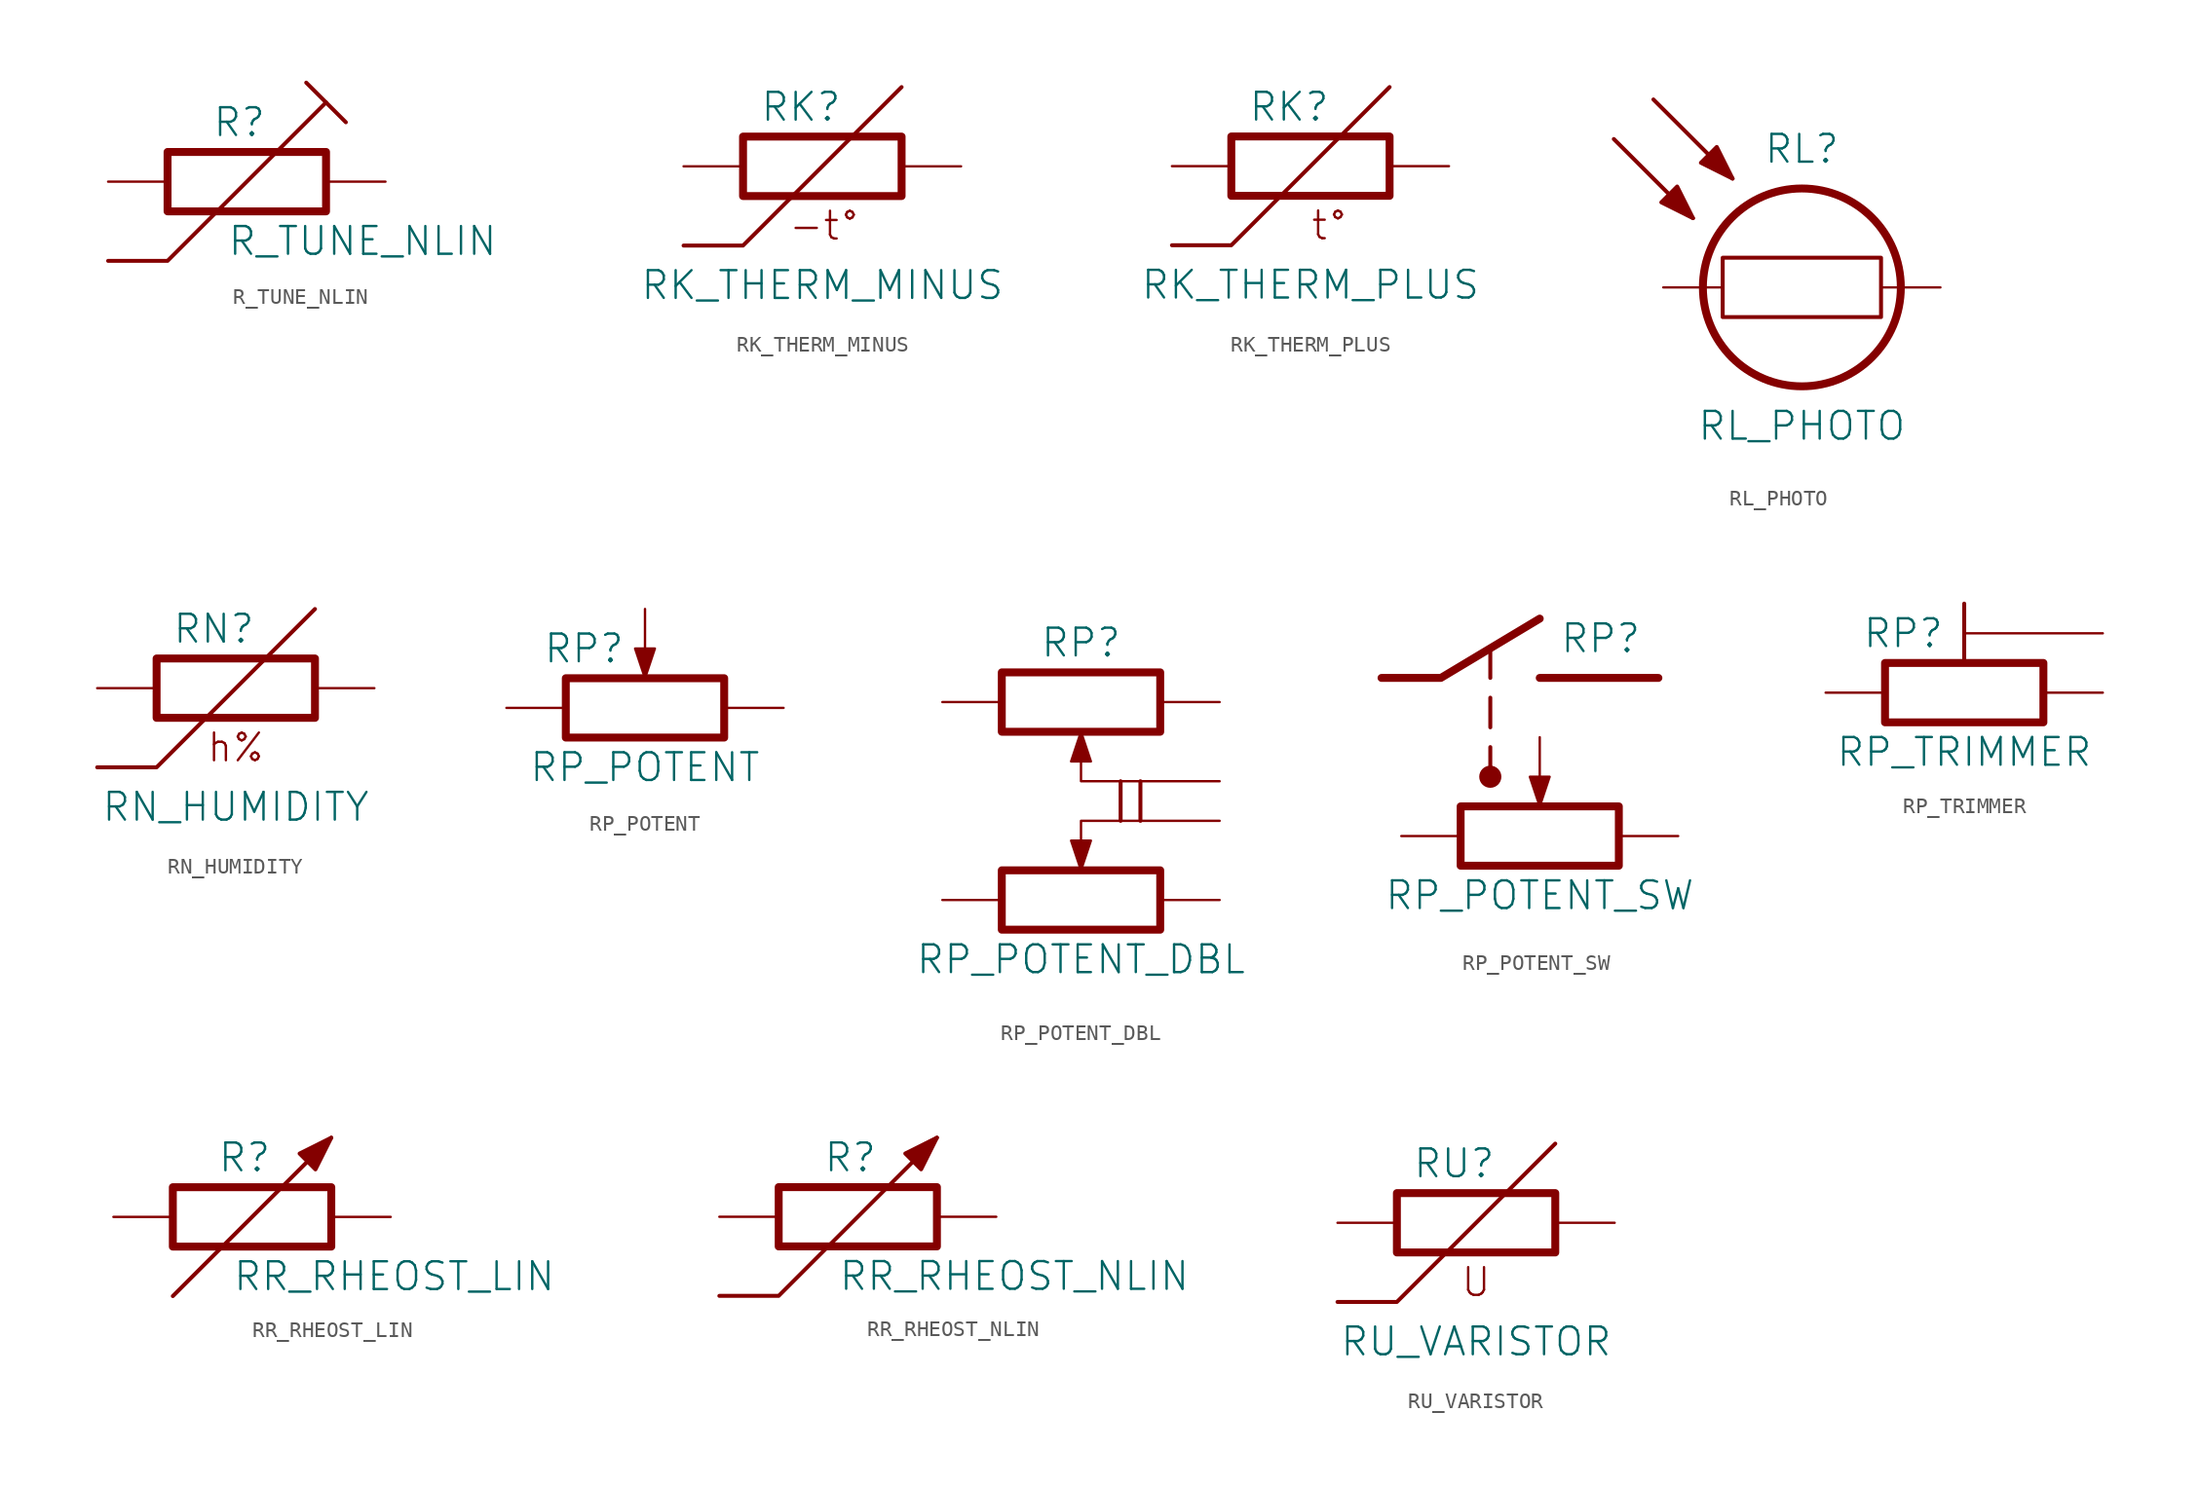
<source format=kicad_sym>
(kicad_symbol_lib
  (version 20211014)
  (generator kicad_symbol_editor)
  (symbol "R_TUNE_NLIN"
    (pin_names
      (offset 0))
    (property "Reference" "R"
      (at 1.27 3.81 0)
      (effects (font (size 1.778 1.778)) (justify right)))
    (property "Value" "R_TUNE_NLIN"
      (at -1.27 -3.81 0)
      (effects (font (size 1.778 1.778)) (justify left)))
    (symbol "R_TUNE_NLIN_0_1"
      (rectangle (start -5.08 1.905) (end 5.08 -1.905) (stroke (width 0.508) (type default) (color 0 0 0 0)) (fill (type none)))
      (polyline (pts (xy -8.89 0) (xy -5.08 0)) (stroke (width 0) (type default) (color 0 0 0 0)) (fill (type none)))
      (polyline (pts (xy 3.81 6.35) (xy 6.35 3.81)) (stroke (width 0.254) (type default) (color 0 0 0 0)) (fill (type none)))
      (polyline (pts (xy 5.08 0) (xy 8.89 0)) (stroke (width 0) (type default) (color 0 0 0 0)) (fill (type none)))
      (polyline (pts (xy -8.89 -5.08) (xy -5.08 -5.08) (xy 5.08 5.08)) (stroke (width 0.254) (type default) (color 0 0 0 0)) (fill (type none))))
    (symbol "R_TUNE_NLIN_1_1"
      (pin passive line (at -8.89 0 0) (length 2.54) hide (name "~" (effects (font (size 1.27 1.27)))) (number "1" (effects (font (size 1.27 1.27)))))
      (pin passive line (at 8.89 0 180) (length 2.54) hide (name "~" (effects (font (size 1.27 1.27)))) (number "2" (effects (font (size 1.27 1.27)))))))
  (symbol "RK_THERM_MINUS"
    (pin_names
      (offset 0))
    (property "Reference" "RK"
      (at 1.27 3.81 0)
      (effects (font (size 1.778 1.778)) (justify right)))
    (property "Value" "RK_THERM_MINUS"
      (at 0 -7.62 0)
      (effects (font (size 1.778 1.778))))
    (symbol "RK_THERM_MINUS_0_0"
      (text "-t°" (at 2.54 -3.81 0) (effects (font (size 1.778 1.778)) (justify right))))
    (symbol "RK_THERM_MINUS_0_1"
      (rectangle (start -5.08 1.905) (end 5.08 -1.905) (stroke (width 0.508) (type default) (color 0 0 0 0)) (fill (type none)))
      (polyline (pts (xy -8.89 0) (xy -5.08 0)) (stroke (width 0) (type default) (color 0 0 0 0)) (fill (type none)))
      (polyline (pts (xy 5.08 0) (xy 8.89 0)) (stroke (width 0) (type default) (color 0 0 0 0)) (fill (type none)))
      (polyline (pts (xy -8.89 -5.08) (xy -5.08 -5.08) (xy 5.08 5.08)) (stroke (width 0.254) (type default) (color 0 0 0 0)) (fill (type none))))
    (symbol "RK_THERM_MINUS_1_1"
      (pin passive line (at -8.89 0 0) (length 2.54) hide (name "~" (effects (font (size 1.27 1.27)))) (number "1" (effects (font (size 1.27 1.27)))))
      (pin passive line (at 8.89 0 180) (length 2.54) hide (name "~" (effects (font (size 1.27 1.27)))) (number "2" (effects (font (size 1.27 1.27)))))))
  (symbol "RK_THERM_PLUS"
    (pin_names
      (offset 0))
    (property "Reference" "RK"
      (at 1.27 3.81 0)
      (effects (font (size 1.778 1.778)) (justify right)))
    (property "Value" "RK_THERM_PLUS"
      (at 0 -7.62 0)
      (effects (font (size 1.778 1.778))))
    (symbol "RK_THERM_PLUS_0_0"
      (text "t°" (at 2.54 -3.81 0) (effects (font (size 1.778 1.778)) (justify right))))
    (symbol "RK_THERM_PLUS_0_1"
      (rectangle (start -5.08 1.905) (end 5.08 -1.905) (stroke (width 0.508) (type default) (color 0 0 0 0)) (fill (type none)))
      (polyline (pts (xy -8.89 0) (xy -5.08 0)) (stroke (width 0) (type default) (color 0 0 0 0)) (fill (type none)))
      (polyline (pts (xy 5.08 0) (xy 8.89 0)) (stroke (width 0) (type default) (color 0 0 0 0)) (fill (type none)))
      (polyline (pts (xy -8.89 -5.08) (xy -5.08 -5.08) (xy 5.08 5.08)) (stroke (width 0.254) (type default) (color 0 0 0 0)) (fill (type none))))
    (symbol "RK_THERM_PLUS_1_1"
      (pin passive line (at -8.89 0 0) (length 2.54) hide (name "~" (effects (font (size 1.27 1.27)))) (number "1" (effects (font (size 1.27 1.27)))))
      (pin passive line (at 8.89 0 180) (length 2.54) hide (name "~" (effects (font (size 1.27 1.27)))) (number "2" (effects (font (size 1.27 1.27)))))))
  (symbol "RL_PHOTO"
    (pin_names
      (offset 0))
    (property "Reference" "RL"
      (at 0 8.89 0)
      (effects (font (size 1.778 1.778))))
    (property "Value" "RL_PHOTO"
      (at 0 -8.89 0)
      (effects (font (size 1.778 1.778))))
    (symbol "RL_PHOTO_0_1"
      (rectangle (start -5.08 1.905) (end 5.08 -1.905) (stroke (width 0.254) (type default) (color 0 0 0 0)) (fill (type none)))
      (polyline (pts (xy -12.065 9.525) (xy -6.985 4.445)) (stroke (width 0.254) (type default) (color 0 0 0 0)) (fill (type none)))
      (polyline (pts (xy -9.525 12.065) (xy -4.445 6.985)) (stroke (width 0.254) (type default) (color 0 0 0 0)) (fill (type none)))
      (polyline (pts (xy -8.89 0) (xy -5.08 0)) (stroke (width 0) (type default) (color 0 0 0 0)) (fill (type none)))
      (polyline (pts (xy 5.08 0) (xy 8.89 0)) (stroke (width 0) (type default) (color 0 0 0 0)) (fill (type none)))
      (polyline (pts (xy -6.985 4.445) (xy -9.017 5.461) (xy -8.001 6.477) (xy -6.985 4.445)) (stroke (width 0.254) (type default) (color 0 0 0 0)) (fill (type outline)))
      (polyline (pts (xy -4.445 6.985) (xy -6.477 8.001) (xy -5.461 9.017) (xy -4.445 6.985)) (stroke (width 0.254) (type default) (color 0 0 0 0)) (fill (type outline)))
      (circle (center 0 0) (radius 6.35) (stroke (width 0.508) (type default) (color 0 0 0 0)) (fill (type none))))
    (symbol "RL_PHOTO_1_1"
      (pin passive line (at -8.89 0 0) (length 2.54) hide (name "~" (effects (font (size 1.27 1.27)))) (number "1" (effects (font (size 1.27 1.27)))))
      (pin passive line (at 8.89 0 180) (length 2.54) hide (name "~" (effects (font (size 1.27 1.27)))) (number "2" (effects (font (size 1.27 1.27)))))))
  (symbol "RN_HUMIDITY"
    (pin_names
      (offset 0))
    (property "Reference" "RN"
      (at 1.27 3.81 0)
      (effects (font (size 1.778 1.778)) (justify right)))
    (property "Value" "RN_HUMIDITY"
      (at 0 -7.62 0)
      (effects (font (size 1.778 1.778))))
    (symbol "RN_HUMIDITY_0_0"
      (text "h%" (at 0 -3.81 0) (effects (font (size 1.778 1.778)))))
    (symbol "RN_HUMIDITY_0_1"
      (rectangle (start -5.08 1.905) (end 5.08 -1.905) (stroke (width 0.508) (type default) (color 0 0 0 0)) (fill (type none)))
      (polyline (pts (xy -8.89 0) (xy -5.08 0)) (stroke (width 0) (type default) (color 0 0 0 0)) (fill (type none)))
      (polyline (pts (xy 5.08 0) (xy 8.89 0)) (stroke (width 0) (type default) (color 0 0 0 0)) (fill (type none)))
      (polyline (pts (xy -8.89 -5.08) (xy -5.08 -5.08) (xy 5.08 5.08)) (stroke (width 0.254) (type default) (color 0 0 0 0)) (fill (type none))))
    (symbol "RN_HUMIDITY_1_1"
      (pin passive line (at -8.89 0 0) (length 2.54) hide (name "~" (effects (font (size 1.27 1.27)))) (number "1" (effects (font (size 1.27 1.27)))))
      (pin passive line (at 8.89 0 180) (length 2.54) hide (name "~" (effects (font (size 1.27 1.27)))) (number "2" (effects (font (size 1.27 1.27)))))))
  (symbol "RP_POTENT"
    (pin_names
      (offset 0))
    (property "Reference" "RP"
      (at -1.27 3.81 0)
      (effects (font (size 1.778 1.778)) (justify right)))
    (property "Value" "RP_POTENT"
      (at 0 -3.81 0)
      (effects (font (size 1.778 1.778))))
    (symbol "RP_POTENT_0_1"
      (rectangle (start -5.08 1.905) (end 5.08 -1.905) (stroke (width 0.508) (type default) (color 0 0 0 0)) (fill (type none)))
      (polyline (pts (xy -8.89 0) (xy -5.08 0)) (stroke (width 0) (type default) (color 0 0 0 0)) (fill (type none)))
      (polyline (pts (xy 0 6.35) (xy 0 1.905)) (stroke (width 0) (type default) (color 0 0 0 0)) (fill (type none)))
      (polyline (pts (xy 5.08 0) (xy 8.89 0)) (stroke (width 0) (type default) (color 0 0 0 0)) (fill (type none)))
      (polyline (pts (xy -0.635 3.81) (xy 0 1.905) (xy 0.635 3.81) (xy -0.635 3.81)) (stroke (width 0) (type default) (color 0 0 0 0)) (fill (type outline))))
    (symbol "RP_POTENT_1_1"
      (pin passive line (at -8.89 0 0) (length 2.54) hide (name "~" (effects (font (size 1.27 1.27)))) (number "1" (effects (font (size 1.27 1.27)))))
      (pin passive line (at 0 6.35 270) (length 2.54) hide (name "~" (effects (font (size 1.27 1.27)))) (number "2" (effects (font (size 1.27 1.27)))))
      (pin passive line (at 8.89 0 180) (length 2.54) hide (name "~" (effects (font (size 1.27 1.27)))) (number "3" (effects (font (size 1.27 1.27)))))))
  (symbol "RP_POTENT_DBL"
    (pin_names
      (offset 0))
    (property "Reference" "RP"
      (at 0 10.16 0)
      (effects (font (size 1.778 1.778))))
    (property "Value" "RP_POTENT_DBL"
      (at 0 -10.16 0)
      (effects (font (size 1.778 1.778))))
    (symbol "RP_POTENT_DBL_0_1"
      (rectangle (start -5.08 -4.445) (end 5.08 -8.255) (stroke (width 0.508) (type default) (color 0 0 0 0)) (fill (type none)))
      (rectangle (start -5.08 8.255) (end 5.08 4.445) (stroke (width 0.508) (type default) (color 0 0 0 0)) (fill (type none)))
      (polyline (pts (xy -8.89 -6.35) (xy -5.08 -6.35)) (stroke (width 0) (type default) (color 0 0 0 0)) (fill (type none)))
      (polyline (pts (xy -8.89 6.35) (xy -5.08 6.35)) (stroke (width 0) (type default) (color 0 0 0 0)) (fill (type none)))
      (polyline (pts (xy 2.54 1.27) (xy 2.54 -1.27)) (stroke (width 0.254) (type default) (color 0 0 0 0)) (fill (type none)))
      (polyline (pts (xy 3.81 1.27) (xy 3.81 -1.27)) (stroke (width 0.254) (type default) (color 0 0 0 0)) (fill (type none)))
      (polyline (pts (xy 5.08 -6.35) (xy 8.89 -6.35)) (stroke (width 0) (type default) (color 0 0 0 0)) (fill (type none)))
      (polyline (pts (xy 5.08 6.35) (xy 8.89 6.35)) (stroke (width 0) (type default) (color 0 0 0 0)) (fill (type none)))
      (polyline (pts (xy 0 -4.445) (xy 0 -1.27) (xy 8.89 -1.27)) (stroke (width 0) (type default) (color 0 0 0 0)) (fill (type none)))
      (polyline (pts (xy 0 4.445) (xy 0 1.27) (xy 8.89 1.27)) (stroke (width 0) (type default) (color 0 0 0 0)) (fill (type none)))
      (polyline (pts (xy -0.635 -2.54) (xy 0 -4.445) (xy 0.635 -2.54) (xy -0.635 -2.54)) (stroke (width 0) (type default) (color 0 0 0 0)) (fill (type outline)))
      (polyline (pts (xy -0.635 2.54) (xy 0 4.445) (xy 0.635 2.54) (xy -0.635 2.54)) (stroke (width 0) (type default) (color 0 0 0 0)) (fill (type outline))))
    (symbol "RP_POTENT_DBL_1_1"
      (pin passive line (at -8.89 6.35 0) (length 2.54) hide (name "~" (effects (font (size 1.27 1.27)))) (number "1" (effects (font (size 1.27 1.27)))))
      (pin passive line (at 8.89 1.27 180) (length 2.54) hide (name "~" (effects (font (size 1.27 1.27)))) (number "2" (effects (font (size 1.27 1.27)))))
      (pin passive line (at 8.89 6.35 180) (length 2.54) hide (name "~" (effects (font (size 1.27 1.27)))) (number "3" (effects (font (size 1.27 1.27)))))
      (pin passive line (at -8.89 -6.35 0) (length 2.54) hide (name "~" (effects (font (size 1.27 1.27)))) (number "4" (effects (font (size 1.27 1.27)))))
      (pin passive line (at 8.89 -1.27 180) (length 2.54) hide (name "~" (effects (font (size 1.27 1.27)))) (number "5" (effects (font (size 1.27 1.27)))))
      (pin passive line (at 8.89 -6.35 180) (length 2.54) hide (name "~" (effects (font (size 1.27 1.27)))) (number "6" (effects (font (size 1.27 1.27)))))))
  (symbol "RP_POTENT_SW"
    (pin_names
      (offset 0))
    (property "Reference" "RP"
      (at 1.27 7.62 0)
      (effects (font (size 1.778 1.778)) (justify left)))
    (property "Value" "RP_POTENT_SW"
      (at 0 -8.89 0)
      (effects (font (size 1.778 1.778))))
    (symbol "RP_POTENT_SW_0_1"
      (rectangle (start -5.08 -3.175) (end 5.08 -6.985) (stroke (width 0.508) (type default) (color 0 0 0 0)) (fill (type none)))
      (circle (center -3.175 -1.27) (radius 0.635) (stroke (width 0) (type default) (color 0 0 0 0)) (fill (type outline)))
      (polyline (pts (xy -8.89 -5.08) (xy -5.08 -5.08)) (stroke (width 0) (type default) (color 0 0 0 0)) (fill (type none)))
      (polyline (pts (xy -3.175 -0.635) (xy -3.175 0.635)) (stroke (width 0.254) (type default) (color 0 0 0 0)) (fill (type none)))
      (polyline (pts (xy -3.175 1.905) (xy -3.175 3.81)) (stroke (width 0.254) (type default) (color 0 0 0 0)) (fill (type none)))
      (polyline (pts (xy -3.175 5.08) (xy -3.175 6.985)) (stroke (width 0.254) (type default) (color 0 0 0 0)) (fill (type none)))
      (polyline (pts (xy 0 1.27) (xy 0 -3.175)) (stroke (width 0) (type default) (color 0 0 0 0)) (fill (type none)))
      (polyline (pts (xy 0 5.08) (xy 7.62 5.08)) (stroke (width 0.508) (type default) (color 0 0 0 0)) (fill (type none)))
      (polyline (pts (xy 5.08 -5.08) (xy 8.89 -5.08)) (stroke (width 0) (type default) (color 0 0 0 0)) (fill (type none)))
      (polyline (pts (xy -10.16 5.08) (xy -6.35 5.08) (xy 0 8.89)) (stroke (width 0.508) (type default) (color 0 0 0 0)) (fill (type none)))
      (polyline (pts (xy -0.635 -1.27) (xy 0 -3.175) (xy 0.635 -1.27) (xy -0.635 -1.27)) (stroke (width 0) (type default) (color 0 0 0 0)) (fill (type outline))))
    (symbol "RP_POTENT_SW_1_1"
      (pin passive line (at -10.16 5.08 0) (length 2.54) hide (name "~" (effects (font (size 1.27 1.27)))) (number "1" (effects (font (size 1.27 1.27)))))
      (pin passive line (at 7.62 5.08 180) (length 2.54) hide (name "~" (effects (font (size 1.27 1.27)))) (number "2" (effects (font (size 1.27 1.27)))))
      (pin passive line (at -8.89 -5.08 0) (length 2.54) hide (name "~" (effects (font (size 1.27 1.27)))) (number "3" (effects (font (size 1.27 1.27)))))
      (pin passive line (at 0 1.27 270) (length 2.54) hide (name "~" (effects (font (size 1.27 1.27)))) (number "4" (effects (font (size 1.27 1.27)))))
      (pin passive line (at 8.89 -5.08 180) (length 2.54) hide (name "~" (effects (font (size 1.27 1.27)))) (number "5" (effects (font (size 1.27 1.27)))))))
  (symbol "RP_TRIMMER"
    (pin_names
      (offset 0))
    (property "Reference" "RP"
      (at -1.27 3.81 0)
      (effects (font (size 1.778 1.778)) (justify right)))
    (property "Value" "RP_TRIMMER"
      (at 0 -3.81 0)
      (effects (font (size 1.778 1.778))))
    (symbol "RP_TRIMMER_0_1"
      (rectangle (start -5.08 1.905) (end 5.08 -1.905) (stroke (width 0.508) (type default) (color 0 0 0 0)) (fill (type none)))
      (polyline (pts (xy -8.89 0) (xy -5.08 0)) (stroke (width 0) (type default) (color 0 0 0 0)) (fill (type none)))
      (polyline (pts (xy 0 3.81) (xy 8.89 3.81)) (stroke (width 0) (type default) (color 0 0 0 0)) (fill (type none)))
      (polyline (pts (xy 0 5.715) (xy 0 1.905)) (stroke (width 0.254) (type default) (color 0 0 0 0)) (fill (type none)))
      (polyline (pts (xy 5.08 0) (xy 8.89 0)) (stroke (width 0) (type default) (color 0 0 0 0)) (fill (type none))))
    (symbol "RP_TRIMMER_1_1"
      (pin passive line (at -8.89 0 0) (length 2.54) hide (name "~" (effects (font (size 1.27 1.27)))) (number "1" (effects (font (size 1.27 1.27)))))
      (pin passive line (at 8.89 3.81 180) (length 2.54) hide (name "~" (effects (font (size 1.27 1.27)))) (number "2" (effects (font (size 1.27 1.27)))))
      (pin passive line (at 8.89 0 180) (length 2.54) hide (name "~" (effects (font (size 1.27 1.27)))) (number "3" (effects (font (size 1.27 1.27)))))))
  (symbol "RR_RHEOST_LIN"
    (pin_names
      (offset 0))
    (property "Reference" "R"
      (at 1.27 3.81 0)
      (effects (font (size 1.778 1.778)) (justify right)))
    (property "Value" "RR_RHEOST_LIN"
      (at -1.27 -3.81 0)
      (effects (font (size 1.778 1.778)) (justify left)))
    (symbol "RR_RHEOST_LIN_0_1"
      (rectangle (start -5.08 1.905) (end 5.08 -1.905) (stroke (width 0.508) (type default) (color 0 0 0 0)) (fill (type none)))
      (polyline (pts (xy -8.89 0) (xy -5.08 0)) (stroke (width 0) (type default) (color 0 0 0 0)) (fill (type none)))
      (polyline (pts (xy -5.08 -5.08) (xy 5.08 5.08)) (stroke (width 0.254) (type default) (color 0 0 0 0)) (fill (type none)))
      (polyline (pts (xy 5.08 0) (xy 8.89 0)) (stroke (width 0) (type default) (color 0 0 0 0)) (fill (type none)))
      (polyline (pts (xy 5.08 5.08) (xy 3.048 4.064) (xy 4.064 3.048) (xy 5.08 5.08)) (stroke (width 0.254) (type default) (color 0 0 0 0)) (fill (type outline))))
    (symbol "RR_RHEOST_LIN_1_1"
      (pin passive line (at -8.89 0 0) (length 2.54) hide (name "~" (effects (font (size 1.27 1.27)))) (number "1" (effects (font (size 1.27 1.27)))))
      (pin passive line (at 8.89 0 180) (length 2.54) hide (name "~" (effects (font (size 1.27 1.27)))) (number "2" (effects (font (size 1.27 1.27)))))))
  (symbol "RR_RHEOST_NLIN"
    (pin_names
      (offset 0))
    (property "Reference" "R"
      (at 1.27 3.81 0)
      (effects (font (size 1.778 1.778)) (justify right)))
    (property "Value" "RR_RHEOST_NLIN"
      (at -1.27 -3.81 0)
      (effects (font (size 1.778 1.778)) (justify left)))
    (symbol "RR_RHEOST_NLIN_0_1"
      (rectangle (start -5.08 1.905) (end 5.08 -1.905) (stroke (width 0.508) (type default) (color 0 0 0 0)) (fill (type none)))
      (polyline (pts (xy -8.89 0) (xy -5.08 0)) (stroke (width 0) (type default) (color 0 0 0 0)) (fill (type none)))
      (polyline (pts (xy 5.08 0) (xy 8.89 0)) (stroke (width 0) (type default) (color 0 0 0 0)) (fill (type none)))
      (polyline (pts (xy -8.89 -5.08) (xy -5.08 -5.08) (xy 5.08 5.08)) (stroke (width 0.254) (type default) (color 0 0 0 0)) (fill (type none)))
      (polyline (pts (xy 5.08 5.08) (xy 3.048 4.064) (xy 4.064 3.048) (xy 5.08 5.08)) (stroke (width 0.254) (type default) (color 0 0 0 0)) (fill (type outline))))
    (symbol "RR_RHEOST_NLIN_1_1"
      (pin passive line (at -8.89 0 0) (length 2.54) hide (name "~" (effects (font (size 1.27 1.27)))) (number "1" (effects (font (size 1.27 1.27)))))
      (pin passive line (at 8.89 0 180) (length 2.54) hide (name "~" (effects (font (size 1.27 1.27)))) (number "2" (effects (font (size 1.27 1.27)))))))
  (symbol "RU_VARISTOR"
    (pin_names
      (offset 0))
    (property "Reference" "RU"
      (at 1.27 3.81 0)
      (effects (font (size 1.778 1.778)) (justify right)))
    (property "Value" "RU_VARISTOR"
      (at 0 -7.62 0)
      (effects (font (size 1.778 1.778))))
    (symbol "RU_VARISTOR_0_0"
      (text "U" (at 0 -3.81 0) (effects (font (size 1.778 1.778)))))
    (symbol "RU_VARISTOR_0_1"
      (rectangle (start -5.08 1.905) (end 5.08 -1.905) (stroke (width 0.508) (type default) (color 0 0 0 0)) (fill (type none)))
      (polyline (pts (xy -8.89 0) (xy -5.08 0)) (stroke (width 0) (type default) (color 0 0 0 0)) (fill (type none)))
      (polyline (pts (xy 5.08 0) (xy 8.89 0)) (stroke (width 0) (type default) (color 0 0 0 0)) (fill (type none)))
      (polyline (pts (xy -8.89 -5.08) (xy -5.08 -5.08) (xy 5.08 5.08)) (stroke (width 0.254) (type default) (color 0 0 0 0)) (fill (type none))))
    (symbol "RU_VARISTOR_1_1"
      (pin passive line (at -8.89 0 0) (length 2.54) hide (name "~" (effects (font (size 1.27 1.27)))) (number "1" (effects (font (size 1.27 1.27)))))
      (pin passive line (at 8.89 0 180) (length 2.54) hide (name "~" (effects (font (size 1.27 1.27)))) (number "2" (effects (font (size 1.27 1.27))))))))
</source>
